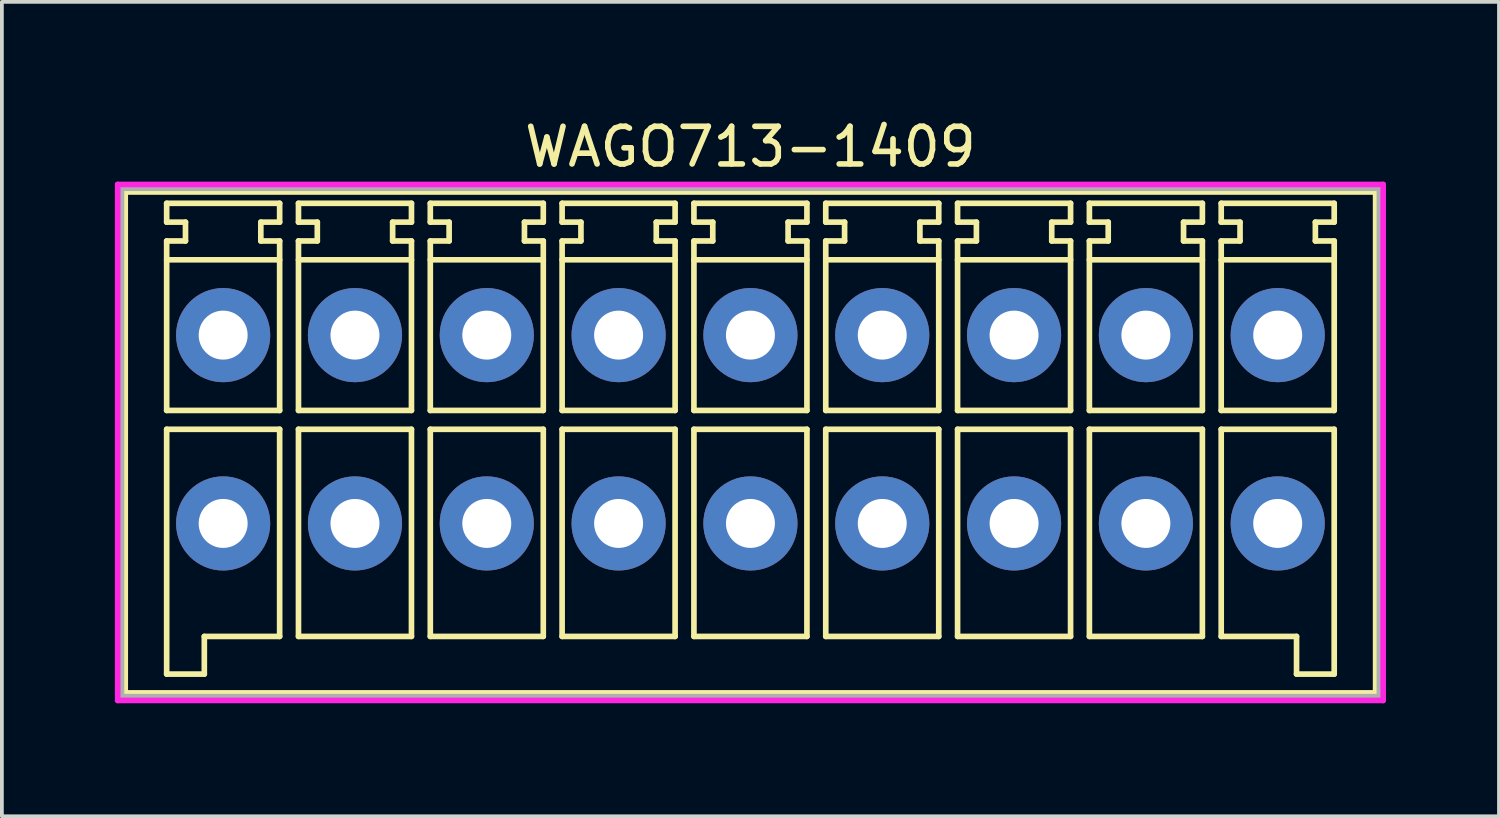
<source format=kicad_pcb>
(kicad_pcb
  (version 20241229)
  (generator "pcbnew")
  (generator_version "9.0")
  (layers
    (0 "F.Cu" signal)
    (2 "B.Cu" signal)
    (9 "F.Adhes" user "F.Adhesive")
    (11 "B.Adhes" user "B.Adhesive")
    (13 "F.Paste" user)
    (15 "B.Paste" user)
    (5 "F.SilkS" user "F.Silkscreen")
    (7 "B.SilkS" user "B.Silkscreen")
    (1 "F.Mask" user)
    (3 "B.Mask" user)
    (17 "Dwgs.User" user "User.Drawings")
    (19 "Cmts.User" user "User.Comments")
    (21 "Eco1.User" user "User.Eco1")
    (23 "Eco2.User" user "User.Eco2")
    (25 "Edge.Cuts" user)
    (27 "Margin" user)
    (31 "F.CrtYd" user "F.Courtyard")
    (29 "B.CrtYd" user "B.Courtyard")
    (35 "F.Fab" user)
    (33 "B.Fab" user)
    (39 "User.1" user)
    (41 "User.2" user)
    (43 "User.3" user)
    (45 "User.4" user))
  (footprint "WAGO713-1409"
    (layer "F.Cu")
    (at 2.875 5.848)
    (property "Reference" "WAGO713-1409" (at 14 -5 0) (layer "F.SilkS") (effects (font (size 1 1) (thickness 0.15))))
    (attr through_hole)
    (fp_line (start -2.6 -3.8) (end -2.6 9.5) (stroke (width 0.15) (type solid)) (layer "F.SilkS"))
    (fp_line (start -2.6 9.5) (end 30.6 9.5) (stroke (width 0.15) (type solid)) (layer "F.SilkS"))
    (fp_line (start -1.5 -3.5) (end 1.5 -3.5) (stroke (width 0.15) (type solid)) (layer "F.SilkS"))
    (fp_line (start -1.5 -3) (end -1.5 -3.5) (stroke (width 0.15) (type solid)) (layer "F.SilkS"))
    (fp_line (start -1.5 -2.5) (end -1 -2.5) (stroke (width 0.15) (type solid)) (layer "F.SilkS"))
    (fp_line (start -1.5 2) (end -1.5 -2.5) (stroke (width 0.15) (type solid)) (layer "F.SilkS"))
    (fp_line (start -1.5 2.5) (end -1.5 9) (stroke (width 0.15) (type solid)) (layer "F.SilkS"))
    (fp_line (start -1.5 9) (end -0.5 9) (stroke (width 0.15) (type solid)) (layer "F.SilkS"))
    (fp_line (start -1 -3) (end -1.5 -3) (stroke (width 0.15) (type solid)) (layer "F.SilkS"))
    (fp_line (start -1 -2.5) (end -1 -3) (stroke (width 0.15) (type solid)) (layer "F.SilkS"))
    (fp_line (start -0.5 8) (end 1.5 8) (stroke (width 0.15) (type solid)) (layer "F.SilkS"))
    (fp_line (start -0.5 9) (end -0.5 8) (stroke (width 0.15) (type solid)) (layer "F.SilkS"))
    (fp_line (start 1 -3) (end 1 -2.5) (stroke (width 0.15) (type solid)) (layer "F.SilkS"))
    (fp_line (start 1 -2.5) (end 1.5 -2.5) (stroke (width 0.15) (type solid)) (layer "F.SilkS"))
    (fp_line (start 1.5 -3.5) (end 1.5 -3) (stroke (width 0.15) (type solid)) (layer "F.SilkS"))
    (fp_line (start 1.5 -3) (end 1 -3) (stroke (width 0.15) (type solid)) (layer "F.SilkS"))
    (fp_line (start 1.5 -2.5) (end 1.5 2) (stroke (width 0.15) (type solid)) (layer "F.SilkS"))
    (fp_line (start 1.5 -2) (end -1.5 -2) (stroke (width 0.15) (type solid)) (layer "F.SilkS"))
    (fp_line (start 1.5 2) (end -1.5 2) (stroke (width 0.15) (type solid)) (layer "F.SilkS"))
    (fp_line (start 1.5 2.5) (end -1.5 2.5) (stroke (width 0.15) (type solid)) (layer "F.SilkS"))
    (fp_line (start 1.5 8) (end 1.5 2.5) (stroke (width 0.15) (type solid)) (layer "F.SilkS"))
    (fp_line (start 2 -3.5) (end 2 -3) (stroke (width 0.15) (type solid)) (layer "F.SilkS"))
    (fp_line (start 2 -3) (end 2.5 -3) (stroke (width 0.15) (type solid)) (layer "F.SilkS"))
    (fp_line (start 2 -2.5) (end 2 2) (stroke (width 0.15) (type solid)) (layer "F.SilkS"))
    (fp_line (start 2 2) (end 5 2) (stroke (width 0.15) (type solid)) (layer "F.SilkS"))
    (fp_line (start 2 2.5) (end 2 8) (stroke (width 0.15) (type solid)) (layer "F.SilkS"))
    (fp_line (start 2 8) (end 5 8) (stroke (width 0.15) (type solid)) (layer "F.SilkS"))
    (fp_line (start 2.5 -3) (end 2.5 -2.5) (stroke (width 0.15) (type solid)) (layer "F.SilkS"))
    (fp_line (start 2.5 -2.5) (end 2 -2.5) (stroke (width 0.15) (type solid)) (layer "F.SilkS"))
    (fp_line (start 4.5 -3) (end 5 -3) (stroke (width 0.15) (type solid)) (layer "F.SilkS"))
    (fp_line (start 4.5 -2.5) (end 4.5 -3) (stroke (width 0.15) (type solid)) (layer "F.SilkS"))
    (fp_line (start 5 -3.5) (end 2 -3.5) (stroke (width 0.15) (type solid)) (layer "F.SilkS"))
    (fp_line (start 5 -3) (end 5 -3.5) (stroke (width 0.15) (type solid)) (layer "F.SilkS"))
    (fp_line (start 5 -2.5) (end 4.5 -2.5) (stroke (width 0.15) (type solid)) (layer "F.SilkS"))
    (fp_line (start 5 -2) (end 2 -2) (stroke (width 0.15) (type solid)) (layer "F.SilkS"))
    (fp_line (start 5 2) (end 5 -2.5) (stroke (width 0.15) (type solid)) (layer "F.SilkS"))
    (fp_line (start 5 2.5) (end 2 2.5) (stroke (width 0.15) (type solid)) (layer "F.SilkS"))
    (fp_line (start 5 8) (end 5 2.5) (stroke (width 0.15) (type solid)) (layer "F.SilkS"))
    (fp_line (start 5.5 -3.5) (end 5.5 -3) (stroke (width 0.15) (type solid)) (layer "F.SilkS"))
    (fp_line (start 5.5 -3) (end 6 -3) (stroke (width 0.15) (type solid)) (layer "F.SilkS"))
    (fp_line (start 5.5 -2.5) (end 5.5 2) (stroke (width 0.15) (type solid)) (layer "F.SilkS"))
    (fp_line (start 5.5 2) (end 8.5 2) (stroke (width 0.15) (type solid)) (layer "F.SilkS"))
    (fp_line (start 5.5 2.5) (end 5.5 8) (stroke (width 0.15) (type solid)) (layer "F.SilkS"))
    (fp_line (start 5.5 8) (end 8.5 8) (stroke (width 0.15) (type solid)) (layer "F.SilkS"))
    (fp_line (start 6 -3) (end 6 -2.5) (stroke (width 0.15) (type solid)) (layer "F.SilkS"))
    (fp_line (start 6 -2.5) (end 5.5 -2.5) (stroke (width 0.15) (type solid)) (layer "F.SilkS"))
    (fp_line (start 8 -3) (end 8.5 -3) (stroke (width 0.15) (type solid)) (layer "F.SilkS"))
    (fp_line (start 8 -2.5) (end 8 -3) (stroke (width 0.15) (type solid)) (layer "F.SilkS"))
    (fp_line (start 8.5 -3.5) (end 5.5 -3.5) (stroke (width 0.15) (type solid)) (layer "F.SilkS"))
    (fp_line (start 8.5 -3) (end 8.5 -3.5) (stroke (width 0.15) (type solid)) (layer "F.SilkS"))
    (fp_line (start 8.5 -2.5) (end 8 -2.5) (stroke (width 0.15) (type solid)) (layer "F.SilkS"))
    (fp_line (start 8.5 -2) (end 5.5 -2) (stroke (width 0.15) (type solid)) (layer "F.SilkS"))
    (fp_line (start 8.5 2) (end 8.5 -2.5) (stroke (width 0.15) (type solid)) (layer "F.SilkS"))
    (fp_line (start 8.5 2.5) (end 5.5 2.5) (stroke (width 0.15) (type solid)) (layer "F.SilkS"))
    (fp_line (start 8.5 8) (end 8.5 2.5) (stroke (width 0.15) (type solid)) (layer "F.SilkS"))
    (fp_line (start 9 -3.5) (end 9 -3) (stroke (width 0.15) (type solid)) (layer "F.SilkS"))
    (fp_line (start 9 -3) (end 9.5 -3) (stroke (width 0.15) (type solid)) (layer "F.SilkS"))
    (fp_line (start 9 -2.5) (end 9 2) (stroke (width 0.15) (type solid)) (layer "F.SilkS"))
    (fp_line (start 9 2) (end 12 2) (stroke (width 0.15) (type solid)) (layer "F.SilkS"))
    (fp_line (start 9 2.5) (end 9 8) (stroke (width 0.15) (type solid)) (layer "F.SilkS"))
    (fp_line (start 9 8) (end 12 8) (stroke (width 0.15) (type solid)) (layer "F.SilkS"))
    (fp_line (start 9.5 -3) (end 9.5 -2.5) (stroke (width 0.15) (type solid)) (layer "F.SilkS"))
    (fp_line (start 9.5 -2.5) (end 9 -2.5) (stroke (width 0.15) (type solid)) (layer "F.SilkS"))
    (fp_line (start 11.5 -3) (end 12 -3) (stroke (width 0.15) (type solid)) (layer "F.SilkS"))
    (fp_line (start 11.5 -2.5) (end 11.5 -3) (stroke (width 0.15) (type solid)) (layer "F.SilkS"))
    (fp_line (start 12 -3.5) (end 9 -3.5) (stroke (width 0.15) (type solid)) (layer "F.SilkS"))
    (fp_line (start 12 -3) (end 12 -3.5) (stroke (width 0.15) (type solid)) (layer "F.SilkS"))
    (fp_line (start 12 -2.5) (end 11.5 -2.5) (stroke (width 0.15) (type solid)) (layer "F.SilkS"))
    (fp_line (start 12 -2) (end 9 -2) (stroke (width 0.15) (type solid)) (layer "F.SilkS"))
    (fp_line (start 12 2) (end 12 -2.5) (stroke (width 0.15) (type solid)) (layer "F.SilkS"))
    (fp_line (start 12 2.5) (end 9 2.5) (stroke (width 0.15) (type solid)) (layer "F.SilkS"))
    (fp_line (start 12 8) (end 12 2.5) (stroke (width 0.15) (type solid)) (layer "F.SilkS"))
    (fp_line (start 12.5 -3.5) (end 12.5 -3) (stroke (width 0.15) (type solid)) (layer "F.SilkS"))
    (fp_line (start 12.5 -3) (end 13 -3) (stroke (width 0.15) (type solid)) (layer "F.SilkS"))
    (fp_line (start 12.5 -2.5) (end 12.5 2) (stroke (width 0.15) (type solid)) (layer "F.SilkS"))
    (fp_line (start 12.5 2) (end 15.5 2) (stroke (width 0.15) (type solid)) (layer "F.SilkS"))
    (fp_line (start 12.5 2.5) (end 12.5 8) (stroke (width 0.15) (type solid)) (layer "F.SilkS"))
    (fp_line (start 12.5 8) (end 15.5 8) (stroke (width 0.15) (type solid)) (layer "F.SilkS"))
    (fp_line (start 13 -3) (end 13 -2.5) (stroke (width 0.15) (type solid)) (layer "F.SilkS"))
    (fp_line (start 13 -2.5) (end 12.5 -2.5) (stroke (width 0.15) (type solid)) (layer "F.SilkS"))
    (fp_line (start 15 -3) (end 15.5 -3) (stroke (width 0.15) (type solid)) (layer "F.SilkS"))
    (fp_line (start 15 -2.5) (end 15 -3) (stroke (width 0.15) (type solid)) (layer "F.SilkS"))
    (fp_line (start 15.5 -3.5) (end 12.5 -3.5) (stroke (width 0.15) (type solid)) (layer "F.SilkS"))
    (fp_line (start 15.5 -3) (end 15.5 -3.5) (stroke (width 0.15) (type solid)) (layer "F.SilkS"))
    (fp_line (start 15.5 -2.5) (end 15 -2.5) (stroke (width 0.15) (type solid)) (layer "F.SilkS"))
    (fp_line (start 15.5 -2) (end 12.5 -2) (stroke (width 0.15) (type solid)) (layer "F.SilkS"))
    (fp_line (start 15.5 2) (end 15.5 -2.5) (stroke (width 0.15) (type solid)) (layer "F.SilkS"))
    (fp_line (start 15.5 2.5) (end 12.5 2.5) (stroke (width 0.15) (type solid)) (layer "F.SilkS"))
    (fp_line (start 15.5 8) (end 15.5 2.5) (stroke (width 0.15) (type solid)) (layer "F.SilkS"))
    (fp_line (start 16 -3.5) (end 16 -3) (stroke (width 0.15) (type solid)) (layer "F.SilkS"))
    (fp_line (start 16 -3) (end 16.5 -3) (stroke (width 0.15) (type solid)) (layer "F.SilkS"))
    (fp_line (start 16 -2.5) (end 16 2) (stroke (width 0.15) (type solid)) (layer "F.SilkS"))
    (fp_line (start 16 2) (end 19 2) (stroke (width 0.15) (type solid)) (layer "F.SilkS"))
    (fp_line (start 16 2.5) (end 16 8) (stroke (width 0.15) (type solid)) (layer "F.SilkS"))
    (fp_line (start 16 8) (end 19 8) (stroke (width 0.15) (type solid)) (layer "F.SilkS"))
    (fp_line (start 16.5 -3) (end 16.5 -2.5) (stroke (width 0.15) (type solid)) (layer "F.SilkS"))
    (fp_line (start 16.5 -2.5) (end 16 -2.5) (stroke (width 0.15) (type solid)) (layer "F.SilkS"))
    (fp_line (start 18.5 -3) (end 19 -3) (stroke (width 0.15) (type solid)) (layer "F.SilkS"))
    (fp_line (start 18.5 -2.5) (end 18.5 -3) (stroke (width 0.15) (type solid)) (layer "F.SilkS"))
    (fp_line (start 19 -3.5) (end 16 -3.5) (stroke (width 0.15) (type solid)) (layer "F.SilkS"))
    (fp_line (start 19 -3) (end 19 -3.5) (stroke (width 0.15) (type solid)) (layer "F.SilkS"))
    (fp_line (start 19 -2.5) (end 18.5 -2.5) (stroke (width 0.15) (type solid)) (layer "F.SilkS"))
    (fp_line (start 19 -2) (end 16 -2) (stroke (width 0.15) (type solid)) (layer "F.SilkS"))
    (fp_line (start 19 2) (end 19 -2.5) (stroke (width 0.15) (type solid)) (layer "F.SilkS"))
    (fp_line (start 19 2.5) (end 16 2.5) (stroke (width 0.15) (type solid)) (layer "F.SilkS"))
    (fp_line (start 19 8) (end 19 2.5) (stroke (width 0.15) (type solid)) (layer "F.SilkS"))
    (fp_line (start 19.5 -3.5) (end 19.5 -3) (stroke (width 0.15) (type solid)) (layer "F.SilkS"))
    (fp_line (start 19.5 -3) (end 20 -3) (stroke (width 0.15) (type solid)) (layer "F.SilkS"))
    (fp_line (start 19.5 -2.5) (end 19.5 2) (stroke (width 0.15) (type solid)) (layer "F.SilkS"))
    (fp_line (start 19.5 2) (end 22.5 2) (stroke (width 0.15) (type solid)) (layer "F.SilkS"))
    (fp_line (start 19.5 2.5) (end 19.5 8) (stroke (width 0.15) (type solid)) (layer "F.SilkS"))
    (fp_line (start 19.5 8) (end 22.5 8) (stroke (width 0.15) (type solid)) (layer "F.SilkS"))
    (fp_line (start 20 -3) (end 20 -2.5) (stroke (width 0.15) (type solid)) (layer "F.SilkS"))
    (fp_line (start 20 -2.5) (end 19.5 -2.5) (stroke (width 0.15) (type solid)) (layer "F.SilkS"))
    (fp_line (start 22 -3) (end 22.5 -3) (stroke (width 0.15) (type solid)) (layer "F.SilkS"))
    (fp_line (start 22 -2.5) (end 22 -3) (stroke (width 0.15) (type solid)) (layer "F.SilkS"))
    (fp_line (start 22.5 -3.5) (end 19.5 -3.5) (stroke (width 0.15) (type solid)) (layer "F.SilkS"))
    (fp_line (start 22.5 -3) (end 22.5 -3.5) (stroke (width 0.15) (type solid)) (layer "F.SilkS"))
    (fp_line (start 22.5 -2.5) (end 22 -2.5) (stroke (width 0.15) (type solid)) (layer "F.SilkS"))
    (fp_line (start 22.5 -2) (end 19.5 -2) (stroke (width 0.15) (type solid)) (layer "F.SilkS"))
    (fp_line (start 22.5 2) (end 22.5 -2.5) (stroke (width 0.15) (type solid)) (layer "F.SilkS"))
    (fp_line (start 22.5 2.5) (end 19.5 2.5) (stroke (width 0.15) (type solid)) (layer "F.SilkS"))
    (fp_line (start 22.5 8) (end 22.5 2.5) (stroke (width 0.15) (type solid)) (layer "F.SilkS"))
    (fp_line (start 23 -3.5) (end 23 -3) (stroke (width 0.15) (type solid)) (layer "F.SilkS"))
    (fp_line (start 23 -3) (end 23.5 -3) (stroke (width 0.15) (type solid)) (layer "F.SilkS"))
    (fp_line (start 23 -2.5) (end 23 2) (stroke (width 0.15) (type solid)) (layer "F.SilkS"))
    (fp_line (start 23 2) (end 26 2) (stroke (width 0.15) (type solid)) (layer "F.SilkS"))
    (fp_line (start 23 2.5) (end 23 8) (stroke (width 0.15) (type solid)) (layer "F.SilkS"))
    (fp_line (start 23 8) (end 26 8) (stroke (width 0.15) (type solid)) (layer "F.SilkS"))
    (fp_line (start 23.5 -3) (end 23.5 -2.5) (stroke (width 0.15) (type solid)) (layer "F.SilkS"))
    (fp_line (start 23.5 -2.5) (end 23 -2.5) (stroke (width 0.15) (type solid)) (layer "F.SilkS"))
    (fp_line (start 25.5 -3) (end 26 -3) (stroke (width 0.15) (type solid)) (layer "F.SilkS"))
    (fp_line (start 25.5 -2.5) (end 25.5 -3) (stroke (width 0.15) (type solid)) (layer "F.SilkS"))
    (fp_line (start 26 -3.5) (end 23 -3.5) (stroke (width 0.15) (type solid)) (layer "F.SilkS"))
    (fp_line (start 26 -3) (end 26 -3.5) (stroke (width 0.15) (type solid)) (layer "F.SilkS"))
    (fp_line (start 26 -2.5) (end 25.5 -2.5) (stroke (width 0.15) (type solid)) (layer "F.SilkS"))
    (fp_line (start 26 -2) (end 23 -2) (stroke (width 0.15) (type solid)) (layer "F.SilkS"))
    (fp_line (start 26 2) (end 26 -2.5) (stroke (width 0.15) (type solid)) (layer "F.SilkS"))
    (fp_line (start 26 2.5) (end 23 2.5) (stroke (width 0.15) (type solid)) (layer "F.SilkS"))
    (fp_line (start 26 8) (end 26 2.5) (stroke (width 0.15) (type solid)) (layer "F.SilkS"))
    (fp_line (start 26.5 -3.5) (end 29.5 -3.5) (stroke (width 0.15) (type solid)) (layer "F.SilkS"))
    (fp_line (start 26.5 -3) (end 26.5 -3.5) (stroke (width 0.15) (type solid)) (layer "F.SilkS"))
    (fp_line (start 26.5 -2.5) (end 27 -2.5) (stroke (width 0.15) (type solid)) (layer "F.SilkS"))
    (fp_line (start 26.5 -2) (end 29.5 -2) (stroke (width 0.15) (type solid)) (layer "F.SilkS"))
    (fp_line (start 26.5 2) (end 26.5 -2.5) (stroke (width 0.15) (type solid)) (layer "F.SilkS"))
    (fp_line (start 26.5 2.5) (end 26.5 8) (stroke (width 0.15) (type solid)) (layer "F.SilkS"))
    (fp_line (start 26.5 8) (end 28.5 8) (stroke (width 0.15) (type solid)) (layer "F.SilkS"))
    (fp_line (start 27 -3) (end 26.5 -3) (stroke (width 0.15) (type solid)) (layer "F.SilkS"))
    (fp_line (start 27 -2.5) (end 27 -3) (stroke (width 0.15) (type solid)) (layer "F.SilkS"))
    (fp_line (start 28.5 8) (end 28.5 9) (stroke (width 0.15) (type solid)) (layer "F.SilkS"))
    (fp_line (start 28.5 9) (end 29.5 9) (stroke (width 0.15) (type solid)) (layer "F.SilkS"))
    (fp_line (start 29 -3) (end 29 -2.5) (stroke (width 0.15) (type solid)) (layer "F.SilkS"))
    (fp_line (start 29 -2.5) (end 29.5 -2.5) (stroke (width 0.15) (type solid)) (layer "F.SilkS"))
    (fp_line (start 29.5 -3.5) (end 29.5 -3) (stroke (width 0.15) (type solid)) (layer "F.SilkS"))
    (fp_line (start 29.5 -3) (end 29 -3) (stroke (width 0.15) (type solid)) (layer "F.SilkS"))
    (fp_line (start 29.5 -2.5) (end 29.5 2) (stroke (width 0.15) (type solid)) (layer "F.SilkS"))
    (fp_line (start 29.5 2) (end 26.5 2) (stroke (width 0.15) (type solid)) (layer "F.SilkS"))
    (fp_line (start 29.5 2.5) (end 26.5 2.5) (stroke (width 0.15) (type solid)) (layer "F.SilkS"))
    (fp_line (start 29.5 9) (end 29.5 2.5) (stroke (width 0.15) (type solid)) (layer "F.SilkS"))
    (fp_line (start 30.6 -3.8) (end -2.6 -3.8) (stroke (width 0.15) (type solid)) (layer "F.SilkS"))
    (fp_line (start 30.6 9.5) (end 30.6 -3.8) (stroke (width 0.15) (type solid)) (layer "F.SilkS"))
    (fp_line (start -2.8 -4) (end 30.8 -4) (stroke (width 0.15) (type solid)) (layer "F.CrtYd"))
    (fp_line (start -2.8 9.7) (end -2.8 -4) (stroke (width 0.15) (type solid)) (layer "F.CrtYd"))
    (fp_line (start 30.8 -4) (end 30.8 9.7) (stroke (width 0.15) (type solid)) (layer "F.CrtYd"))
    (fp_line (start 30.8 9.7) (end -2.8 9.7) (stroke (width 0.15) (type solid)) (layer "F.CrtYd"))
    (fp_line (start -2.7 -3.9) (end 30.7 -3.9) (stroke (width 0.15) (type solid)) (layer "F.Fab"))
    (fp_line (start -2.7 9.6) (end -2.7 -3.9) (stroke (width 0.15) (type solid)) (layer "F.Fab"))
    (fp_line (start 30.7 -3.9) (end 30.7 9.6) (stroke (width 0.15) (type solid)) (layer "F.Fab"))
    (fp_line (start 30.7 9.6) (end -2.7 9.6) (stroke (width 0.15) (type solid)) (layer "F.Fab"))
    (pad "1" thru_hole circle (at 0 0) (size 2.5 2.5) (drill 1.3) (layers "*.Cu" "*.Mask"))
    (pad "2" thru_hole circle (at 0 5) (size 2.5 2.5) (drill 1.3) (layers "*.Cu" "*.Mask"))
    (pad "3" thru_hole circle (at 3.5 0) (size 2.5 2.5) (drill 1.3) (layers "*.Cu" "*.Mask"))
    (pad "4" thru_hole circle (at 3.5 5) (size 2.5 2.5) (drill 1.3) (layers "*.Cu" "*.Mask"))
    (pad "5" thru_hole circle (at 7 0) (size 2.5 2.5) (drill 1.3) (layers "*.Cu" "*.Mask"))
    (pad "6" thru_hole circle (at 7 5) (size 2.5 2.5) (drill 1.3) (layers "*.Cu" "*.Mask"))
    (pad "7" thru_hole circle (at 10.5 0) (size 2.5 2.5) (drill 1.3) (layers "*.Cu" "*.Mask"))
    (pad "8" thru_hole circle (at 10.5 5) (size 2.5 2.5) (drill 1.3) (layers "*.Cu" "*.Mask"))
    (pad "9" thru_hole circle (at 14 0) (size 2.5 2.5) (drill 1.3) (layers "*.Cu" "*.Mask"))
    (pad "10" thru_hole circle (at 14 5) (size 2.5 2.5) (drill 1.3) (layers "*.Cu" "*.Mask"))
    (pad "11" thru_hole circle (at 17.5 0) (size 2.5 2.5) (drill 1.3) (layers "*.Cu" "*.Mask"))
    (pad "12" thru_hole circle (at 17.5 5) (size 2.5 2.5) (drill 1.3) (layers "*.Cu" "*.Mask"))
    (pad "13" thru_hole circle (at 21 0) (size 2.5 2.5) (drill 1.3) (layers "*.Cu" "*.Mask"))
    (pad "14" thru_hole circle (at 21 5) (size 2.5 2.5) (drill 1.3) (layers "*.Cu" "*.Mask"))
    (pad "15" thru_hole circle (at 24.5 0) (size 2.5 2.5) (drill 1.3) (layers "*.Cu" "*.Mask"))
    (pad "16" thru_hole circle (at 24.5 5) (size 2.5 2.5) (drill 1.3) (layers "*.Cu" "*.Mask"))
    (pad "17" thru_hole circle (at 28 0) (size 2.5 2.5) (drill 1.3) (layers "*.Cu" "*.Mask"))
    (pad "18" thru_hole circle (at 28 5) (size 2.5 2.5) (drill 1.3) (layers "*.Cu" "*.Mask")))
  (gr_rect
    (start -3 -3)
    (end 36.75 18.623)
    (stroke (width 0.1) (type default))
    (fill no)
    (layer "Edge.Cuts")))
</source>
